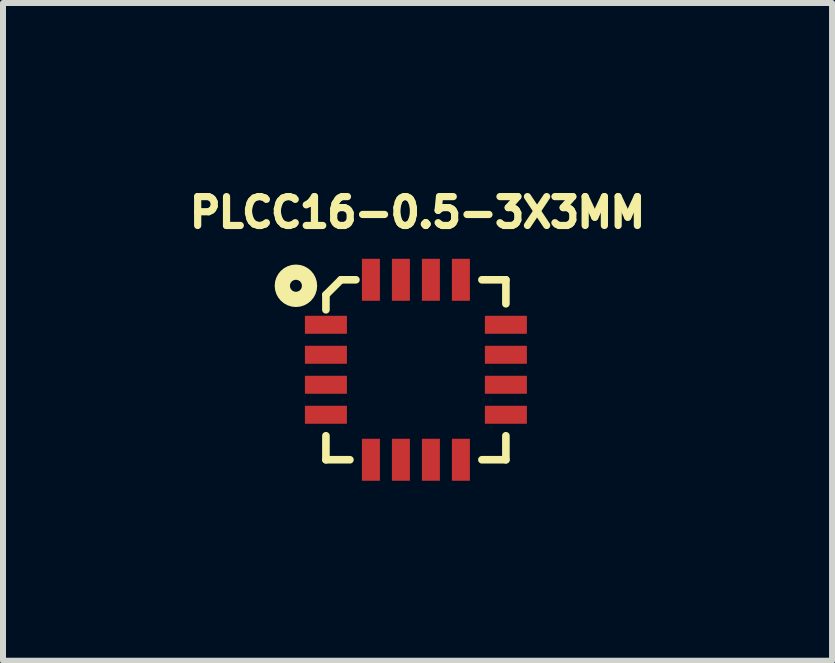
<source format=kicad_pcb>
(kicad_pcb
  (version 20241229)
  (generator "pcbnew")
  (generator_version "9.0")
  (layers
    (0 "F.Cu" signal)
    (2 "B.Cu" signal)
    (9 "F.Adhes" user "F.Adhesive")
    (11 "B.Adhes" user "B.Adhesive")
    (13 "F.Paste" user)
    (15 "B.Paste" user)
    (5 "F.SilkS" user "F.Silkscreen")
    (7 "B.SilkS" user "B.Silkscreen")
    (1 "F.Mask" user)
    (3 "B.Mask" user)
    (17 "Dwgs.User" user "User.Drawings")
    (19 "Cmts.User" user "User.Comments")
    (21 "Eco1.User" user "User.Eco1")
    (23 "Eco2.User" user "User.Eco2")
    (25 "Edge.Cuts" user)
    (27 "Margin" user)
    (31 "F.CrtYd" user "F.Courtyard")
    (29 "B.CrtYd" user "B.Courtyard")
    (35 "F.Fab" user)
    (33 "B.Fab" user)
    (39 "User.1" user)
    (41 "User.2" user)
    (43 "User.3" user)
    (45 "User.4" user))
  (footprint "PLCC16-0.5-3X3MM"
    (layer "F.Cu")
    (at 2.383 4.614)
    (property "Reference" "PLCC16-0.5-3X3MM" (at 1.527 -4.122 0) (layer "F.SilkS") (effects (font (size 0.481 0.481) (thickness 0.15))))
    (attr smd)
    (fp_line (start 0 -2.75) (end 0 -2.5) (stroke (width 0.127) (type solid)) (layer "F.SilkS"))
    (fp_line (start 0 0) (end 0 -0.4) (stroke (width 0.127) (type solid)) (layer "F.SilkS"))
    (fp_line (start 0.25 -3) (end 0 -2.75) (stroke (width 0.127) (type solid)) (layer "F.SilkS"))
    (fp_line (start 0.4 0) (end 0 0) (stroke (width 0.127) (type solid)) (layer "F.SilkS"))
    (fp_line (start 0.5 -3) (end 0.25 -3) (stroke (width 0.127) (type solid)) (layer "F.SilkS"))
    (fp_line (start 2.6 -3) (end 3 -3) (stroke (width 0.127) (type solid)) (layer "F.SilkS"))
    (fp_line (start 3 -2.6) (end 3 -3) (stroke (width 0.127) (type solid)) (layer "F.SilkS"))
    (fp_line (start 3 -0.4) (end 3 0) (stroke (width 0.127) (type solid)) (layer "F.SilkS"))
    (fp_line (start 3 0) (end 2.6 0) (stroke (width 0.127) (type solid)) (layer "F.SilkS"))
    (fp_circle (center -0.5 -2.9) (end -0.4 -2.9) (stroke (width 0.254) (type solid)) (fill no) (layer "F.SilkS"))
    (pad "1" smd rect (at 0 -2.25) (size 0.7 0.3) (layers "F.Cu" "F.Mask" "F.Paste"))
    (pad "2" smd rect (at 0 -1.75) (size 0.7 0.3) (layers "F.Cu" "F.Mask" "F.Paste"))
    (pad "3" smd rect (at 0 -1.25) (size 0.7 0.3) (layers "F.Cu" "F.Mask" "F.Paste"))
    (pad "4" smd rect (at 0 -0.75) (size 0.7 0.3) (layers "F.Cu" "F.Mask" "F.Paste"))
    (pad "5" smd rect (at 0.75 0 90) (size 0.7 0.3) (layers "F.Cu" "F.Mask" "F.Paste"))
    (pad "6" smd rect (at 1.25 0 90) (size 0.7 0.3) (layers "F.Cu" "F.Mask" "F.Paste"))
    (pad "7" smd rect (at 1.75 0 90) (size 0.7 0.3) (layers "F.Cu" "F.Mask" "F.Paste"))
    (pad "8" smd rect (at 2.25 0 90) (size 0.7 0.3) (layers "F.Cu" "F.Mask" "F.Paste"))
    (pad "9" smd rect (at 3 -0.75) (size 0.7 0.3) (layers "F.Cu" "F.Mask" "F.Paste"))
    (pad "10" smd rect (at 3 -1.25) (size 0.7 0.3) (layers "F.Cu" "F.Mask" "F.Paste"))
    (pad "11" smd rect (at 3 -1.75) (size 0.7 0.3) (layers "F.Cu" "F.Mask" "F.Paste"))
    (pad "12" smd rect (at 3 -2.25) (size 0.7 0.3) (layers "F.Cu" "F.Mask" "F.Paste"))
    (pad "13" smd rect (at 2.25 -3 90) (size 0.7 0.3) (layers "F.Cu" "F.Mask" "F.Paste"))
    (pad "14" smd rect (at 1.75 -3 90) (size 0.7 0.3) (layers "F.Cu" "F.Mask" "F.Paste"))
    (pad "15" smd rect (at 1.25 -3 90) (size 0.7 0.3) (layers "F.Cu" "F.Mask" "F.Paste"))
    (pad "16" smd rect (at 0.75 -3 90) (size 0.7 0.3) (layers "F.Cu" "F.Mask" "F.Paste")))
  (gr_rect
    (start -3 -3)
    (end 10.82 7.964)
    (stroke (width 0.1) (type default))
    (fill no)
    (layer "Edge.Cuts")))
</source>
